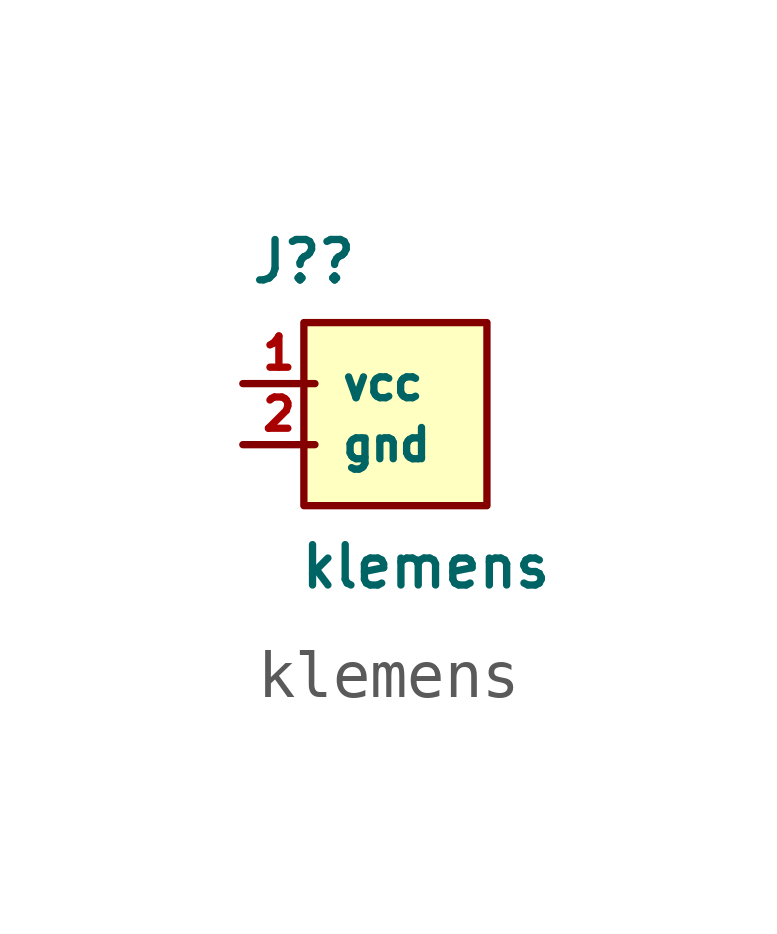
<source format=kicad_sym>
(kicad_symbol_lib
  (version 20211014)
  (generator kicad_symbol_editor)
  (symbol "klemens"
    (property "Reference" "J?"
      (at 0 1.27 0)
      (effects (font (size 0.84 0.84))))
    (property "Value" "klemens"
      (at 2.54 -5.08 0)
      (effects (font (size 0.84 0.84))))
    (symbol "klemens_0_1"
      (rectangle (start 0 0) (end 3.81 -3.81) (stroke (width 0) (type default) (color 0 0 0 0)) (fill (type background))))
    (symbol "klemens_1_1"
      (pin input line (at -1.27 -1.27 0) (length 1.5) (name "vcc" (effects (font (size 0.65 0.65)))) (number "1" (effects (font (size 0.65 0.65)))))
      (pin input line (at -1.27 -2.54 0) (length 1.5) (name "gnd" (effects (font (size 0.65 0.65)))) (number "2" (effects (font (size 0.65 0.65))))))))
</source>
